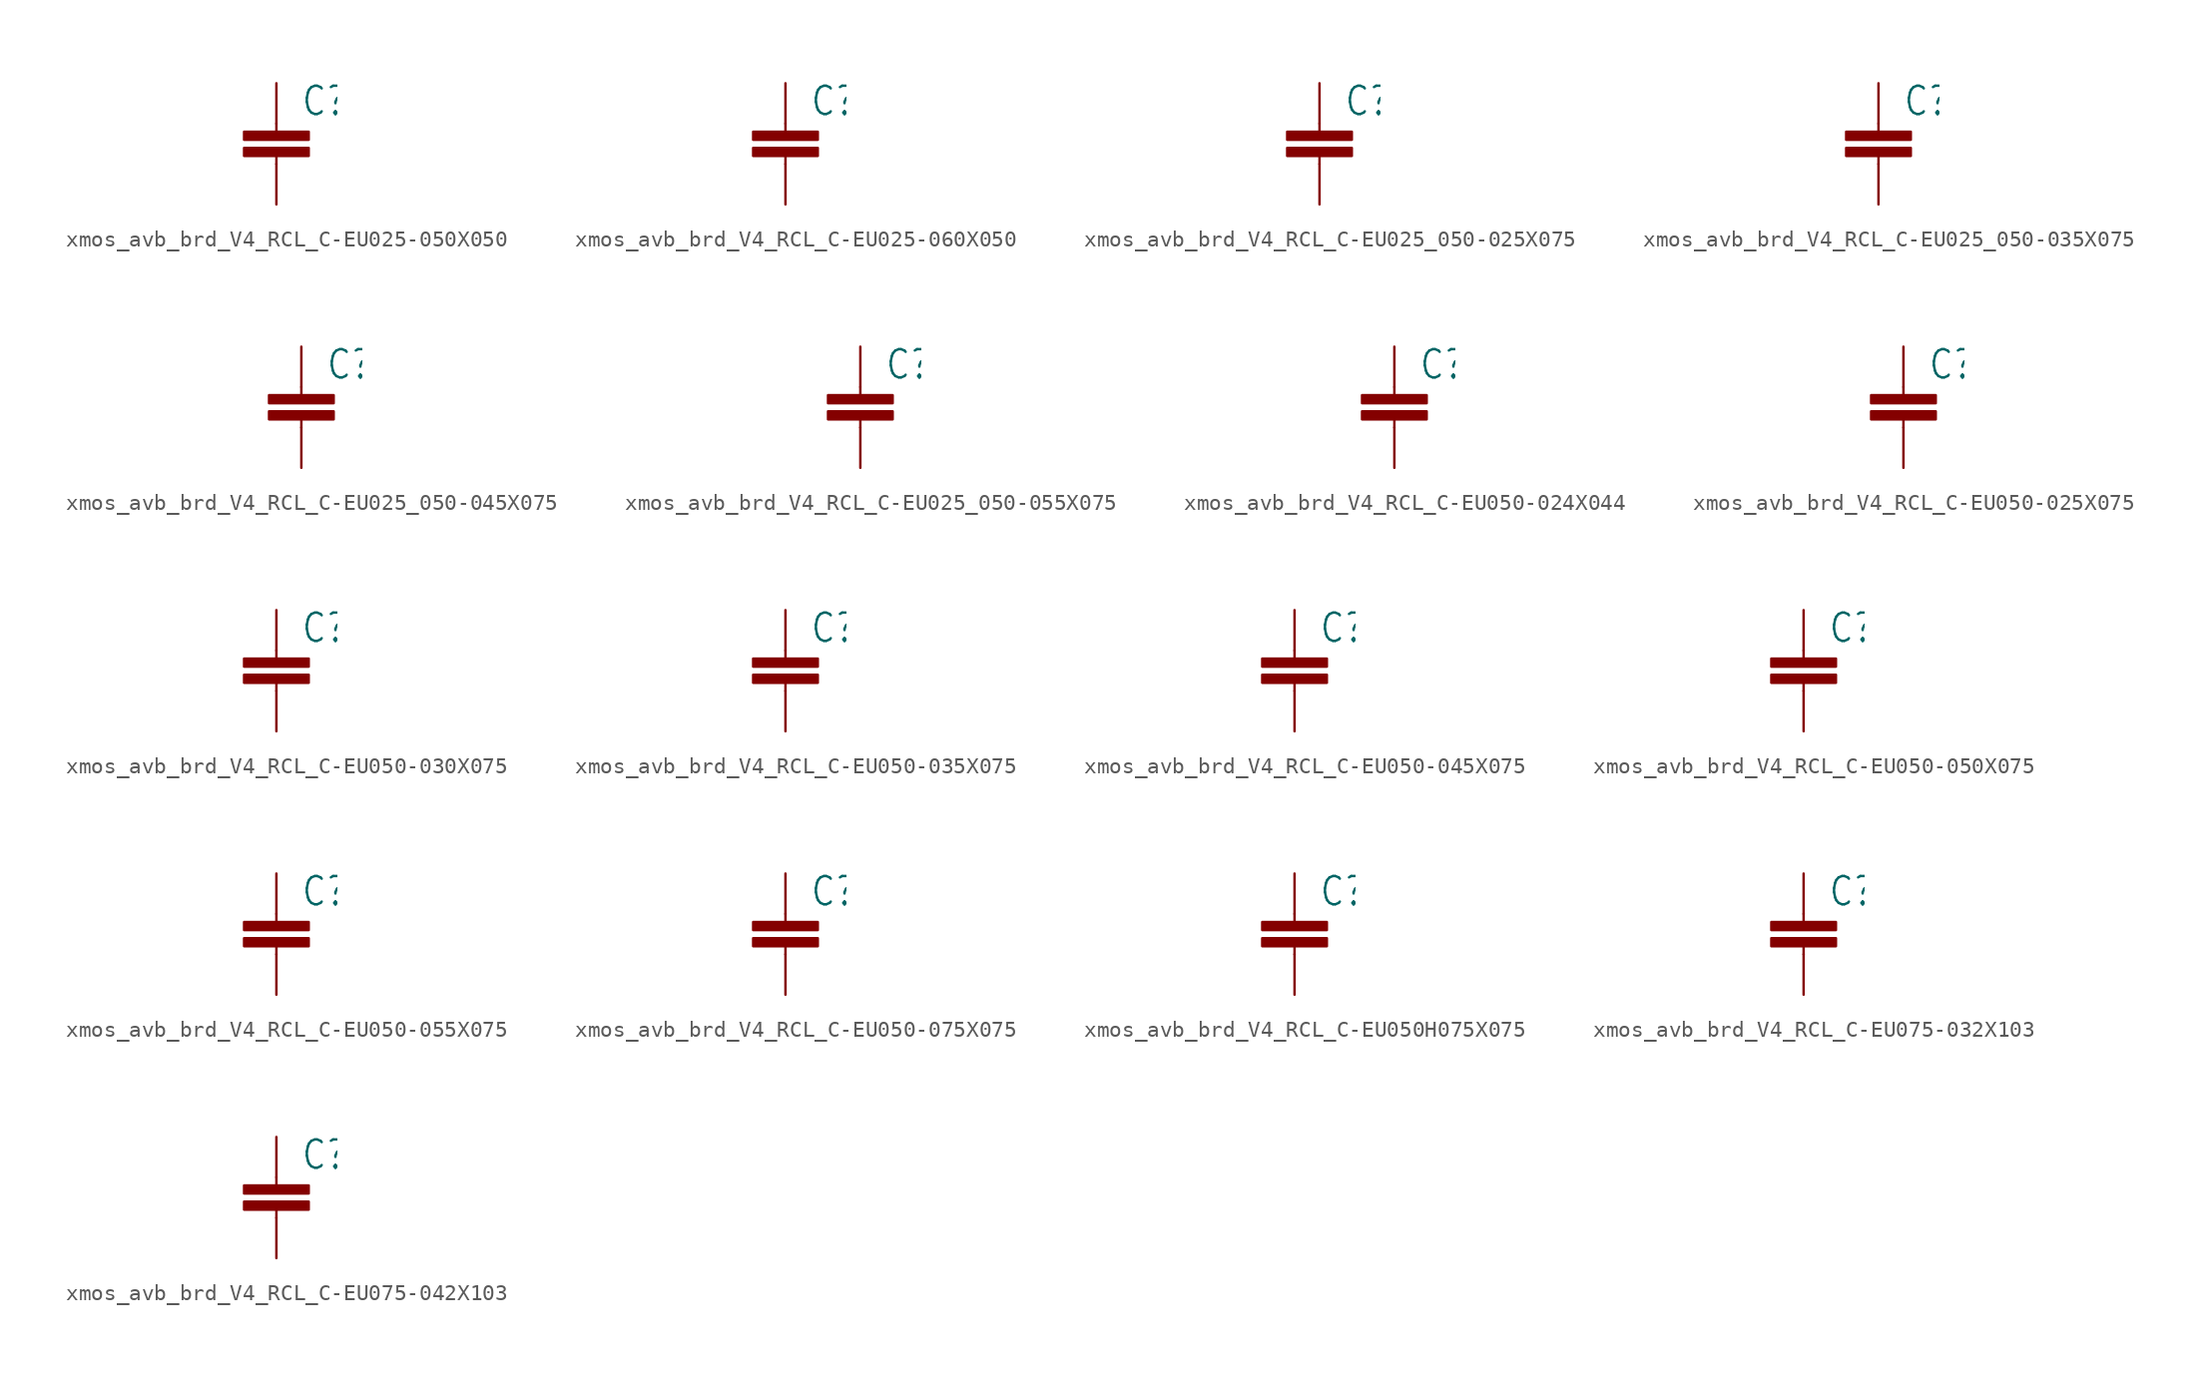
<source format=kicad_sym>
(kicad_symbol_lib
  (version 20241209)
  (generator "kicad_symbol_editor")
  (generator_version "9.0")
  (symbol "xmos_avb_brd_V4_RCL_C-EU025-050X050"
    (property "Reference" "C"
      (at 1.524 0.381 0)
      (effects (font (size 1.778 1.511)) (justify left bottom)))
    (property "Value" ""
      (at 1.524 -4.699 0)
      (effects (font (size 1.778 1.511)) (justify left bottom)))
    (property "ki_locked" ""
      (at 0 0 0)
      (effects (font (size 1.27 1.27))))
    (symbol "xmos_avb_brd_V4_RCL_C-EU025-050X050_1_0"
      (rectangle (start -2.032 -1.016) (end 2.032 -0.508) (stroke (width 0) (type default)) (fill (type outline)))
      (rectangle (start -2.032 -2.032) (end 2.032 -1.524) (stroke (width 0) (type default)) (fill (type outline)))
      (polyline (pts (xy 0 0) (xy 0 -0.508)) (stroke (width 0.152) (type solid)) (fill (type none)))
      (polyline (pts (xy 0 -2.54) (xy 0 -2.032)) (stroke (width 0.152) (type solid)) (fill (type none)))
      (pin passive line (at 0 2.54 270) (length 2.54) (name "1" (effects (font (size 0 0)))) (number "1" (effects (font (size 0 0)))))
      (pin passive line (at 0 -5.08 90) (length 2.54) (name "2" (effects (font (size 0 0)))) (number "2" (effects (font (size 0 0)))))))
  (symbol "xmos_avb_brd_V4_RCL_C-EU025-060X050"
    (property "Reference" "C"
      (at 1.524 0.381 0)
      (effects (font (size 1.778 1.511)) (justify left bottom)))
    (property "Value" ""
      (at 1.524 -4.699 0)
      (effects (font (size 1.778 1.511)) (justify left bottom)))
    (property "ki_locked" ""
      (at 0 0 0)
      (effects (font (size 1.27 1.27))))
    (symbol "xmos_avb_brd_V4_RCL_C-EU025-060X050_1_0"
      (rectangle (start -2.032 -1.016) (end 2.032 -0.508) (stroke (width 0) (type default)) (fill (type outline)))
      (rectangle (start -2.032 -2.032) (end 2.032 -1.524) (stroke (width 0) (type default)) (fill (type outline)))
      (polyline (pts (xy 0 0) (xy 0 -0.508)) (stroke (width 0.152) (type solid)) (fill (type none)))
      (polyline (pts (xy 0 -2.54) (xy 0 -2.032)) (stroke (width 0.152) (type solid)) (fill (type none)))
      (pin passive line (at 0 2.54 270) (length 2.54) (name "1" (effects (font (size 0 0)))) (number "1" (effects (font (size 0 0)))))
      (pin passive line (at 0 -5.08 90) (length 2.54) (name "2" (effects (font (size 0 0)))) (number "2" (effects (font (size 0 0)))))))
  (symbol "xmos_avb_brd_V4_RCL_C-EU025_050-025X075"
    (property "Reference" "C"
      (at 1.524 0.381 0)
      (effects (font (size 1.778 1.511)) (justify left bottom)))
    (property "Value" ""
      (at 1.524 -4.699 0)
      (effects (font (size 1.778 1.511)) (justify left bottom)))
    (property "ki_locked" ""
      (at 0 0 0)
      (effects (font (size 1.27 1.27))))
    (symbol "xmos_avb_brd_V4_RCL_C-EU025_050-025X075_1_0"
      (rectangle (start -2.032 -1.016) (end 2.032 -0.508) (stroke (width 0) (type default)) (fill (type outline)))
      (rectangle (start -2.032 -2.032) (end 2.032 -1.524) (stroke (width 0) (type default)) (fill (type outline)))
      (polyline (pts (xy 0 0) (xy 0 -0.508)) (stroke (width 0.152) (type solid)) (fill (type none)))
      (polyline (pts (xy 0 -2.54) (xy 0 -2.032)) (stroke (width 0.152) (type solid)) (fill (type none)))
      (pin passive line (at 0 2.54 270) (length 2.54) (name "1" (effects (font (size 0 0)))) (number "1" (effects (font (size 0 0)))))
      (pin passive line (at 0 -5.08 90) (length 2.54) (name "2" (effects (font (size 0 0)))) (number "2" (effects (font (size 0 0)))))))
  (symbol "xmos_avb_brd_V4_RCL_C-EU025_050-035X075"
    (property "Reference" "C"
      (at 1.524 0.381 0)
      (effects (font (size 1.778 1.511)) (justify left bottom)))
    (property "Value" ""
      (at 1.524 -4.699 0)
      (effects (font (size 1.778 1.511)) (justify left bottom)))
    (property "ki_locked" ""
      (at 0 0 0)
      (effects (font (size 1.27 1.27))))
    (symbol "xmos_avb_brd_V4_RCL_C-EU025_050-035X075_1_0"
      (rectangle (start -2.032 -1.016) (end 2.032 -0.508) (stroke (width 0) (type default)) (fill (type outline)))
      (rectangle (start -2.032 -2.032) (end 2.032 -1.524) (stroke (width 0) (type default)) (fill (type outline)))
      (polyline (pts (xy 0 0) (xy 0 -0.508)) (stroke (width 0.152) (type solid)) (fill (type none)))
      (polyline (pts (xy 0 -2.54) (xy 0 -2.032)) (stroke (width 0.152) (type solid)) (fill (type none)))
      (pin passive line (at 0 2.54 270) (length 2.54) (name "1" (effects (font (size 0 0)))) (number "1" (effects (font (size 0 0)))))
      (pin passive line (at 0 -5.08 90) (length 2.54) (name "2" (effects (font (size 0 0)))) (number "2" (effects (font (size 0 0)))))))
  (symbol "xmos_avb_brd_V4_RCL_C-EU025_050-045X075"
    (property "Reference" "C"
      (at 1.524 0.381 0)
      (effects (font (size 1.778 1.511)) (justify left bottom)))
    (property "Value" ""
      (at 1.524 -4.699 0)
      (effects (font (size 1.778 1.511)) (justify left bottom)))
    (property "ki_locked" ""
      (at 0 0 0)
      (effects (font (size 1.27 1.27))))
    (symbol "xmos_avb_brd_V4_RCL_C-EU025_050-045X075_1_0"
      (rectangle (start -2.032 -1.016) (end 2.032 -0.508) (stroke (width 0) (type default)) (fill (type outline)))
      (rectangle (start -2.032 -2.032) (end 2.032 -1.524) (stroke (width 0) (type default)) (fill (type outline)))
      (polyline (pts (xy 0 0) (xy 0 -0.508)) (stroke (width 0.152) (type solid)) (fill (type none)))
      (polyline (pts (xy 0 -2.54) (xy 0 -2.032)) (stroke (width 0.152) (type solid)) (fill (type none)))
      (pin passive line (at 0 2.54 270) (length 2.54) (name "1" (effects (font (size 0 0)))) (number "1" (effects (font (size 0 0)))))
      (pin passive line (at 0 -5.08 90) (length 2.54) (name "2" (effects (font (size 0 0)))) (number "2" (effects (font (size 0 0)))))))
  (symbol "xmos_avb_brd_V4_RCL_C-EU025_050-055X075"
    (property "Reference" "C"
      (at 1.524 0.381 0)
      (effects (font (size 1.778 1.511)) (justify left bottom)))
    (property "Value" ""
      (at 1.524 -4.699 0)
      (effects (font (size 1.778 1.511)) (justify left bottom)))
    (property "ki_locked" ""
      (at 0 0 0)
      (effects (font (size 1.27 1.27))))
    (symbol "xmos_avb_brd_V4_RCL_C-EU025_050-055X075_1_0"
      (rectangle (start -2.032 -1.016) (end 2.032 -0.508) (stroke (width 0) (type default)) (fill (type outline)))
      (rectangle (start -2.032 -2.032) (end 2.032 -1.524) (stroke (width 0) (type default)) (fill (type outline)))
      (polyline (pts (xy 0 0) (xy 0 -0.508)) (stroke (width 0.152) (type solid)) (fill (type none)))
      (polyline (pts (xy 0 -2.54) (xy 0 -2.032)) (stroke (width 0.152) (type solid)) (fill (type none)))
      (pin passive line (at 0 2.54 270) (length 2.54) (name "1" (effects (font (size 0 0)))) (number "1" (effects (font (size 0 0)))))
      (pin passive line (at 0 -5.08 90) (length 2.54) (name "2" (effects (font (size 0 0)))) (number "2" (effects (font (size 0 0)))))))
  (symbol "xmos_avb_brd_V4_RCL_C-EU050-024X044"
    (property "Reference" "C"
      (at 1.524 0.381 0)
      (effects (font (size 1.778 1.511)) (justify left bottom)))
    (property "Value" ""
      (at 1.524 -4.699 0)
      (effects (font (size 1.778 1.511)) (justify left bottom)))
    (property "ki_locked" ""
      (at 0 0 0)
      (effects (font (size 1.27 1.27))))
    (symbol "xmos_avb_brd_V4_RCL_C-EU050-024X044_1_0"
      (rectangle (start -2.032 -1.016) (end 2.032 -0.508) (stroke (width 0) (type default)) (fill (type outline)))
      (rectangle (start -2.032 -2.032) (end 2.032 -1.524) (stroke (width 0) (type default)) (fill (type outline)))
      (polyline (pts (xy 0 0) (xy 0 -0.508)) (stroke (width 0.152) (type solid)) (fill (type none)))
      (polyline (pts (xy 0 -2.54) (xy 0 -2.032)) (stroke (width 0.152) (type solid)) (fill (type none)))
      (pin passive line (at 0 2.54 270) (length 2.54) (name "1" (effects (font (size 0 0)))) (number "1" (effects (font (size 0 0)))))
      (pin passive line (at 0 -5.08 90) (length 2.54) (name "2" (effects (font (size 0 0)))) (number "2" (effects (font (size 0 0)))))))
  (symbol "xmos_avb_brd_V4_RCL_C-EU050-025X075"
    (property "Reference" "C"
      (at 1.524 0.381 0)
      (effects (font (size 1.778 1.511)) (justify left bottom)))
    (property "Value" ""
      (at 1.524 -4.699 0)
      (effects (font (size 1.778 1.511)) (justify left bottom)))
    (property "ki_locked" ""
      (at 0 0 0)
      (effects (font (size 1.27 1.27))))
    (symbol "xmos_avb_brd_V4_RCL_C-EU050-025X075_1_0"
      (rectangle (start -2.032 -1.016) (end 2.032 -0.508) (stroke (width 0) (type default)) (fill (type outline)))
      (rectangle (start -2.032 -2.032) (end 2.032 -1.524) (stroke (width 0) (type default)) (fill (type outline)))
      (polyline (pts (xy 0 0) (xy 0 -0.508)) (stroke (width 0.152) (type solid)) (fill (type none)))
      (polyline (pts (xy 0 -2.54) (xy 0 -2.032)) (stroke (width 0.152) (type solid)) (fill (type none)))
      (pin passive line (at 0 2.54 270) (length 2.54) (name "1" (effects (font (size 0 0)))) (number "1" (effects (font (size 0 0)))))
      (pin passive line (at 0 -5.08 90) (length 2.54) (name "2" (effects (font (size 0 0)))) (number "2" (effects (font (size 0 0)))))))
  (symbol "xmos_avb_brd_V4_RCL_C-EU050-030X075"
    (property "Reference" "C"
      (at 1.524 0.381 0)
      (effects (font (size 1.778 1.511)) (justify left bottom)))
    (property "Value" ""
      (at 1.524 -4.699 0)
      (effects (font (size 1.778 1.511)) (justify left bottom)))
    (property "ki_locked" ""
      (at 0 0 0)
      (effects (font (size 1.27 1.27))))
    (symbol "xmos_avb_brd_V4_RCL_C-EU050-030X075_1_0"
      (rectangle (start -2.032 -1.016) (end 2.032 -0.508) (stroke (width 0) (type default)) (fill (type outline)))
      (rectangle (start -2.032 -2.032) (end 2.032 -1.524) (stroke (width 0) (type default)) (fill (type outline)))
      (polyline (pts (xy 0 0) (xy 0 -0.508)) (stroke (width 0.152) (type solid)) (fill (type none)))
      (polyline (pts (xy 0 -2.54) (xy 0 -2.032)) (stroke (width 0.152) (type solid)) (fill (type none)))
      (pin passive line (at 0 2.54 270) (length 2.54) (name "1" (effects (font (size 0 0)))) (number "1" (effects (font (size 0 0)))))
      (pin passive line (at 0 -5.08 90) (length 2.54) (name "2" (effects (font (size 0 0)))) (number "2" (effects (font (size 0 0)))))))
  (symbol "xmos_avb_brd_V4_RCL_C-EU050-035X075"
    (property "Reference" "C"
      (at 1.524 0.381 0)
      (effects (font (size 1.778 1.511)) (justify left bottom)))
    (property "Value" ""
      (at 1.524 -4.699 0)
      (effects (font (size 1.778 1.511)) (justify left bottom)))
    (property "ki_locked" ""
      (at 0 0 0)
      (effects (font (size 1.27 1.27))))
    (symbol "xmos_avb_brd_V4_RCL_C-EU050-035X075_1_0"
      (rectangle (start -2.032 -1.016) (end 2.032 -0.508) (stroke (width 0) (type default)) (fill (type outline)))
      (rectangle (start -2.032 -2.032) (end 2.032 -1.524) (stroke (width 0) (type default)) (fill (type outline)))
      (polyline (pts (xy 0 0) (xy 0 -0.508)) (stroke (width 0.152) (type solid)) (fill (type none)))
      (polyline (pts (xy 0 -2.54) (xy 0 -2.032)) (stroke (width 0.152) (type solid)) (fill (type none)))
      (pin passive line (at 0 2.54 270) (length 2.54) (name "1" (effects (font (size 0 0)))) (number "1" (effects (font (size 0 0)))))
      (pin passive line (at 0 -5.08 90) (length 2.54) (name "2" (effects (font (size 0 0)))) (number "2" (effects (font (size 0 0)))))))
  (symbol "xmos_avb_brd_V4_RCL_C-EU050-045X075"
    (property "Reference" "C"
      (at 1.524 0.381 0)
      (effects (font (size 1.778 1.511)) (justify left bottom)))
    (property "Value" ""
      (at 1.524 -4.699 0)
      (effects (font (size 1.778 1.511)) (justify left bottom)))
    (property "ki_locked" ""
      (at 0 0 0)
      (effects (font (size 1.27 1.27))))
    (symbol "xmos_avb_brd_V4_RCL_C-EU050-045X075_1_0"
      (rectangle (start -2.032 -1.016) (end 2.032 -0.508) (stroke (width 0) (type default)) (fill (type outline)))
      (rectangle (start -2.032 -2.032) (end 2.032 -1.524) (stroke (width 0) (type default)) (fill (type outline)))
      (polyline (pts (xy 0 0) (xy 0 -0.508)) (stroke (width 0.152) (type solid)) (fill (type none)))
      (polyline (pts (xy 0 -2.54) (xy 0 -2.032)) (stroke (width 0.152) (type solid)) (fill (type none)))
      (pin passive line (at 0 2.54 270) (length 2.54) (name "1" (effects (font (size 0 0)))) (number "1" (effects (font (size 0 0)))))
      (pin passive line (at 0 -5.08 90) (length 2.54) (name "2" (effects (font (size 0 0)))) (number "2" (effects (font (size 0 0)))))))
  (symbol "xmos_avb_brd_V4_RCL_C-EU050-050X075"
    (property "Reference" "C"
      (at 1.524 0.381 0)
      (effects (font (size 1.778 1.511)) (justify left bottom)))
    (property "Value" ""
      (at 1.524 -4.699 0)
      (effects (font (size 1.778 1.511)) (justify left bottom)))
    (property "ki_locked" ""
      (at 0 0 0)
      (effects (font (size 1.27 1.27))))
    (symbol "xmos_avb_brd_V4_RCL_C-EU050-050X075_1_0"
      (rectangle (start -2.032 -1.016) (end 2.032 -0.508) (stroke (width 0) (type default)) (fill (type outline)))
      (rectangle (start -2.032 -2.032) (end 2.032 -1.524) (stroke (width 0) (type default)) (fill (type outline)))
      (polyline (pts (xy 0 0) (xy 0 -0.508)) (stroke (width 0.152) (type solid)) (fill (type none)))
      (polyline (pts (xy 0 -2.54) (xy 0 -2.032)) (stroke (width 0.152) (type solid)) (fill (type none)))
      (pin passive line (at 0 2.54 270) (length 2.54) (name "1" (effects (font (size 0 0)))) (number "1" (effects (font (size 0 0)))))
      (pin passive line (at 0 -5.08 90) (length 2.54) (name "2" (effects (font (size 0 0)))) (number "2" (effects (font (size 0 0)))))))
  (symbol "xmos_avb_brd_V4_RCL_C-EU050-055X075"
    (property "Reference" "C"
      (at 1.524 0.381 0)
      (effects (font (size 1.778 1.511)) (justify left bottom)))
    (property "Value" ""
      (at 1.524 -4.699 0)
      (effects (font (size 1.778 1.511)) (justify left bottom)))
    (property "ki_locked" ""
      (at 0 0 0)
      (effects (font (size 1.27 1.27))))
    (symbol "xmos_avb_brd_V4_RCL_C-EU050-055X075_1_0"
      (rectangle (start -2.032 -1.016) (end 2.032 -0.508) (stroke (width 0) (type default)) (fill (type outline)))
      (rectangle (start -2.032 -2.032) (end 2.032 -1.524) (stroke (width 0) (type default)) (fill (type outline)))
      (polyline (pts (xy 0 0) (xy 0 -0.508)) (stroke (width 0.152) (type solid)) (fill (type none)))
      (polyline (pts (xy 0 -2.54) (xy 0 -2.032)) (stroke (width 0.152) (type solid)) (fill (type none)))
      (pin passive line (at 0 2.54 270) (length 2.54) (name "1" (effects (font (size 0 0)))) (number "1" (effects (font (size 0 0)))))
      (pin passive line (at 0 -5.08 90) (length 2.54) (name "2" (effects (font (size 0 0)))) (number "2" (effects (font (size 0 0)))))))
  (symbol "xmos_avb_brd_V4_RCL_C-EU050-075X075"
    (property "Reference" "C"
      (at 1.524 0.381 0)
      (effects (font (size 1.778 1.511)) (justify left bottom)))
    (property "Value" ""
      (at 1.524 -4.699 0)
      (effects (font (size 1.778 1.511)) (justify left bottom)))
    (property "ki_locked" ""
      (at 0 0 0)
      (effects (font (size 1.27 1.27))))
    (symbol "xmos_avb_brd_V4_RCL_C-EU050-075X075_1_0"
      (rectangle (start -2.032 -1.016) (end 2.032 -0.508) (stroke (width 0) (type default)) (fill (type outline)))
      (rectangle (start -2.032 -2.032) (end 2.032 -1.524) (stroke (width 0) (type default)) (fill (type outline)))
      (polyline (pts (xy 0 0) (xy 0 -0.508)) (stroke (width 0.152) (type solid)) (fill (type none)))
      (polyline (pts (xy 0 -2.54) (xy 0 -2.032)) (stroke (width 0.152) (type solid)) (fill (type none)))
      (pin passive line (at 0 2.54 270) (length 2.54) (name "1" (effects (font (size 0 0)))) (number "1" (effects (font (size 0 0)))))
      (pin passive line (at 0 -5.08 90) (length 2.54) (name "2" (effects (font (size 0 0)))) (number "2" (effects (font (size 0 0)))))))
  (symbol "xmos_avb_brd_V4_RCL_C-EU050H075X075"
    (property "Reference" "C"
      (at 1.524 0.381 0)
      (effects (font (size 1.778 1.511)) (justify left bottom)))
    (property "Value" ""
      (at 1.524 -4.699 0)
      (effects (font (size 1.778 1.511)) (justify left bottom)))
    (property "ki_locked" ""
      (at 0 0 0)
      (effects (font (size 1.27 1.27))))
    (symbol "xmos_avb_brd_V4_RCL_C-EU050H075X075_1_0"
      (rectangle (start -2.032 -1.016) (end 2.032 -0.508) (stroke (width 0) (type default)) (fill (type outline)))
      (rectangle (start -2.032 -2.032) (end 2.032 -1.524) (stroke (width 0) (type default)) (fill (type outline)))
      (polyline (pts (xy 0 0) (xy 0 -0.508)) (stroke (width 0.152) (type solid)) (fill (type none)))
      (polyline (pts (xy 0 -2.54) (xy 0 -2.032)) (stroke (width 0.152) (type solid)) (fill (type none)))
      (pin passive line (at 0 2.54 270) (length 2.54) (name "1" (effects (font (size 0 0)))) (number "1" (effects (font (size 0 0)))))
      (pin passive line (at 0 -5.08 90) (length 2.54) (name "2" (effects (font (size 0 0)))) (number "2" (effects (font (size 0 0)))))))
  (symbol "xmos_avb_brd_V4_RCL_C-EU075-032X103"
    (property "Reference" "C"
      (at 1.524 0.381 0)
      (effects (font (size 1.778 1.511)) (justify left bottom)))
    (property "Value" ""
      (at 1.524 -4.699 0)
      (effects (font (size 1.778 1.511)) (justify left bottom)))
    (property "ki_locked" ""
      (at 0 0 0)
      (effects (font (size 1.27 1.27))))
    (symbol "xmos_avb_brd_V4_RCL_C-EU075-032X103_1_0"
      (rectangle (start -2.032 -1.016) (end 2.032 -0.508) (stroke (width 0) (type default)) (fill (type outline)))
      (rectangle (start -2.032 -2.032) (end 2.032 -1.524) (stroke (width 0) (type default)) (fill (type outline)))
      (polyline (pts (xy 0 0) (xy 0 -0.508)) (stroke (width 0.152) (type solid)) (fill (type none)))
      (polyline (pts (xy 0 -2.54) (xy 0 -2.032)) (stroke (width 0.152) (type solid)) (fill (type none)))
      (pin passive line (at 0 2.54 270) (length 2.54) (name "1" (effects (font (size 0 0)))) (number "1" (effects (font (size 0 0)))))
      (pin passive line (at 0 -5.08 90) (length 2.54) (name "2" (effects (font (size 0 0)))) (number "2" (effects (font (size 0 0)))))))
  (symbol "xmos_avb_brd_V4_RCL_C-EU075-042X103"
    (property "Reference" "C"
      (at 1.524 0.381 0)
      (effects (font (size 1.778 1.511)) (justify left bottom)))
    (property "Value" ""
      (at 1.524 -4.699 0)
      (effects (font (size 1.778 1.511)) (justify left bottom)))
    (property "ki_locked" ""
      (at 0 0 0)
      (effects (font (size 1.27 1.27))))
    (symbol "xmos_avb_brd_V4_RCL_C-EU075-042X103_1_0"
      (rectangle (start -2.032 -1.016) (end 2.032 -0.508) (stroke (width 0) (type default)) (fill (type outline)))
      (rectangle (start -2.032 -2.032) (end 2.032 -1.524) (stroke (width 0) (type default)) (fill (type outline)))
      (polyline (pts (xy 0 0) (xy 0 -0.508)) (stroke (width 0.152) (type solid)) (fill (type none)))
      (polyline (pts (xy 0 -2.54) (xy 0 -2.032)) (stroke (width 0.152) (type solid)) (fill (type none)))
      (pin passive line (at 0 2.54 270) (length 2.54) (name "1" (effects (font (size 0 0)))) (number "1" (effects (font (size 0 0)))))
      (pin passive line (at 0 -5.08 90) (length 2.54) (name "2" (effects (font (size 0 0)))) (number "2" (effects (font (size 0 0))))))))
</source>
